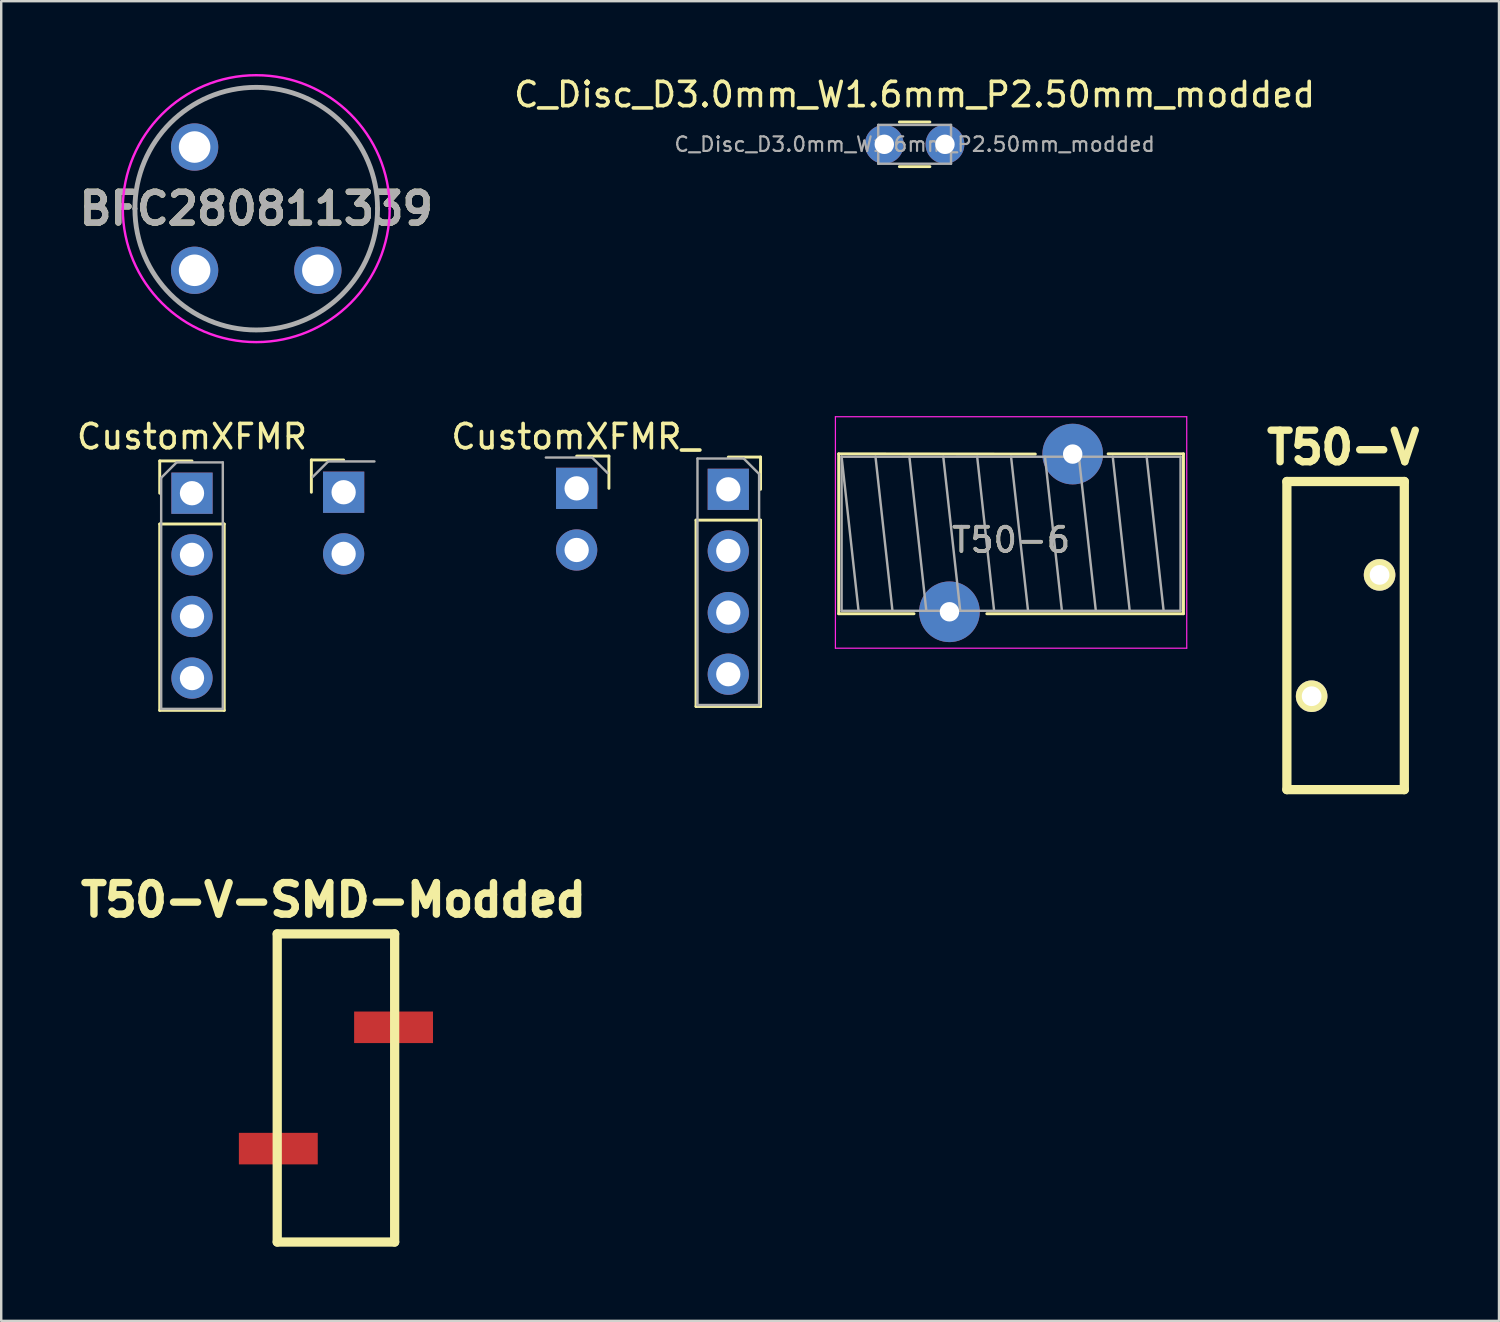
<source format=kicad_pcb>
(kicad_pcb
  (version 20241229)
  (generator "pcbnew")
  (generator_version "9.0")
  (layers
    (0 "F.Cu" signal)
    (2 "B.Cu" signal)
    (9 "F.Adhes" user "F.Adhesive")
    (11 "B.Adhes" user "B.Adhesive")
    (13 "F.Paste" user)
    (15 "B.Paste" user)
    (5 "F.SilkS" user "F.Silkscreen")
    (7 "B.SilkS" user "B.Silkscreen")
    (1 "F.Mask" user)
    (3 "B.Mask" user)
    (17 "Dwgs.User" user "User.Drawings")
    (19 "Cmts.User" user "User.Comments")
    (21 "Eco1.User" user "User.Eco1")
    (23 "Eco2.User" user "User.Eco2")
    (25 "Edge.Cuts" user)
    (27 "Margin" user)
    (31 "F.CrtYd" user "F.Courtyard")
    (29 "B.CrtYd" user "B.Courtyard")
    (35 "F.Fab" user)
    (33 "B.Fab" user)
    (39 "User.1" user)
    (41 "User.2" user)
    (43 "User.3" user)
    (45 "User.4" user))
  (footprint "T50-6"
    (layer "F.Cu")
    (at 38.622 16.665)
    (property "Reference" "T50-6" (at 0 2.54 0) (layer "F.SilkS") (effects (font (size 1 1) (thickness 0.15))))
    (attr through_hole)
    (fp_line (start -7.105 -1.01) (end -7.105 5.58) (stroke (width 0.12) (type solid)) (layer "F.SilkS"))
    (fp_line (start -7.105 -1.01) (end 1 -1) (stroke (width 0.12) (type solid)) (layer "F.SilkS"))
    (fp_line (start -7.105 5.58) (end -4 5.58) (stroke (width 0.12) (type solid)) (layer "F.SilkS"))
    (fp_line (start -1 5.58) (end 7.105 5.58) (stroke (width 0.12) (type solid)) (layer "F.SilkS"))
    (fp_line (start 4 -1.01) (end 7.105 -1.01) (stroke (width 0.12) (type solid)) (layer "F.SilkS"))
    (fp_line (start 7.105 -1.01) (end 7.105 5.58) (stroke (width 0.12) (type solid)) (layer "F.SilkS"))
    (fp_line (start -7.24 -2.54) (end -7.24 7) (stroke (width 0.05) (type solid)) (layer "F.CrtYd"))
    (fp_line (start -7.24 7) (end 7.24 7) (stroke (width 0.05) (type solid)) (layer "F.CrtYd"))
    (fp_line (start 7.24 -2.54) (end -7.24 -2.54) (stroke (width 0.05) (type solid)) (layer "F.CrtYd"))
    (fp_line (start 7.24 7) (end 7.24 -2.54) (stroke (width 0.05) (type solid)) (layer "F.CrtYd"))
    (fp_line (start -6.985 -0.89) (end -6.985 5.46) (stroke (width 0.1) (type solid)) (layer "F.Fab"))
    (fp_line (start -6.985 -0.89) (end -6.287 5.46) (stroke (width 0.1) (type solid)) (layer "F.Fab"))
    (fp_line (start -6.985 5.46) (end 6.985 5.46) (stroke (width 0.1) (type solid)) (layer "F.Fab"))
    (fp_line (start -5.588 -0.89) (end -4.889 5.46) (stroke (width 0.1) (type solid)) (layer "F.Fab"))
    (fp_line (start -4.191 -0.89) (end -3.493 5.46) (stroke (width 0.1) (type solid)) (layer "F.Fab"))
    (fp_line (start -2.794 -0.89) (end -2.095 5.46) (stroke (width 0.1) (type solid)) (layer "F.Fab"))
    (fp_line (start -1.397 -0.89) (end -0.699 5.46) (stroke (width 0.1) (type solid)) (layer "F.Fab"))
    (fp_line (start 0 -0.89) (end 0.699 5.46) (stroke (width 0.1) (type solid)) (layer "F.Fab"))
    (fp_line (start 1.397 -0.89) (end 2.095 5.46) (stroke (width 0.1) (type solid)) (layer "F.Fab"))
    (fp_line (start 2.794 -0.89) (end 3.493 5.46) (stroke (width 0.1) (type solid)) (layer "F.Fab"))
    (fp_line (start 4.191 -0.89) (end 4.889 5.46) (stroke (width 0.1) (type solid)) (layer "F.Fab"))
    (fp_line (start 5.588 -0.89) (end 6.287 5.46) (stroke (width 0.1) (type solid)) (layer "F.Fab"))
    (fp_line (start 6.985 -0.89) (end -6.985 -0.89) (stroke (width 0.1) (type solid)) (layer "F.Fab"))
    (fp_line (start 6.985 5.46) (end 6.985 -0.89) (stroke (width 0.1) (type solid)) (layer "F.Fab"))
    (fp_text user "${REFERENCE}" (at 0 2.54 0) (layer "F.Fab") (effects (font (size 1 1) (thickness 0.15))))
    (pad "1" thru_hole circle (at 2.54 -1) (size 2.5 2.5) (drill 0.8) (layers "*.Cu" "*.Mask"))
    (pad "2" thru_hole circle (at -2.54 5.5) (size 2.5 2.5) (drill 0.8) (layers "*.Cu" "*.Mask")))
  (footprint "CustomXFMR_"
    (layer "F.Cu")
    (at 20.677 17.278)
    (property "Reference" "CustomXFMR_" (at 0 -2.33 0) (layer "F.SilkS") (effects (font (size 1 1) (thickness 0.15))))
    (attr through_hole)
    (fp_line (start 1.37 -1.53) (end 0.04 -1.53) (stroke (width 0.12) (type solid)) (layer "F.SilkS"))
    (fp_line (start 1.37 -0.2) (end 1.37 -1.53) (stroke (width 0.12) (type solid)) (layer "F.SilkS"))
    (fp_line (start 4.96 1.11) (end 4.96 8.79) (stroke (width 0.12) (type solid)) (layer "F.SilkS"))
    (fp_line (start 7.62 -1.49) (end 6.29 -1.49) (stroke (width 0.12) (type solid)) (layer "F.SilkS"))
    (fp_line (start 7.62 -0.16) (end 7.62 -1.49) (stroke (width 0.12) (type solid)) (layer "F.SilkS"))
    (fp_line (start 7.62 1.11) (end 4.96 1.11) (stroke (width 0.12) (type solid)) (layer "F.SilkS"))
    (fp_line (start 7.62 1.11) (end 7.62 8.79) (stroke (width 0.12) (type solid)) (layer "F.SilkS"))
    (fp_line (start 7.62 8.79) (end 4.96 8.79) (stroke (width 0.12) (type solid)) (layer "F.SilkS"))
    (fp_line (start 0.675 -1.47) (end -1.23 -1.47) (stroke (width 0.1) (type solid)) (layer "F.Fab"))
    (fp_line (start 1.31 -0.835) (end 0.675 -1.47) (stroke (width 0.1) (type solid)) (layer "F.Fab"))
    (fp_line (start 5.02 -1.43) (end 5.02 8.73) (stroke (width 0.1) (type solid)) (layer "F.Fab"))
    (fp_line (start 5.02 8.73) (end 7.56 8.73) (stroke (width 0.1) (type solid)) (layer "F.Fab"))
    (fp_line (start 6.925 -1.43) (end 5.02 -1.43) (stroke (width 0.1) (type solid)) (layer "F.Fab"))
    (fp_line (start 7.56 -0.795) (end 6.925 -1.43) (stroke (width 0.1) (type solid)) (layer "F.Fab"))
    (fp_line (start 7.56 8.73) (end 7.56 -0.795) (stroke (width 0.1) (type solid)) (layer "F.Fab"))
    (pad "1" thru_hole rect (at 0.04 -0.2) (size 1.7 1.7) (drill 1) (layers "*.Cu" "*.Mask"))
    (pad "2" thru_hole oval (at 6.29 4.92) (size 1.7 1.7) (drill 1) (layers "*.Cu" "*.Mask"))
    (pad "2" thru_hole oval (at 6.29 7.46) (size 1.7 1.7) (drill 1) (layers "*.Cu" "*.Mask"))
    (pad "4" thru_hole oval (at 0.04 2.34) (size 1.7 1.7) (drill 1) (layers "*.Cu" "*.Mask"))
    (pad "4" thru_hole rect (at 6.29 -0.16) (size 1.7 1.7) (drill 1) (layers "*.Cu" "*.Mask"))
    (pad "4" thru_hole oval (at 6.29 2.38) (size 1.7 1.7) (drill 1) (layers "*.Cu" "*.Mask")))
  (footprint "CustomXFMR"
    (layer "F.Cu")
    (at 4.863 17.278)
    (property "Reference" "CustomXFMR" (at 0 -2.33 0) (layer "F.SilkS") (effects (font (size 1 1) (thickness 0.15))))
    (attr through_hole)
    (fp_line (start -1.33 -1.33) (end 0 -1.33) (stroke (width 0.12) (type solid)) (layer "F.SilkS"))
    (fp_line (start -1.33 0) (end -1.33 -1.33) (stroke (width 0.12) (type solid)) (layer "F.SilkS"))
    (fp_line (start -1.33 1.27) (end -1.33 8.95) (stroke (width 0.12) (type solid)) (layer "F.SilkS"))
    (fp_line (start -1.33 1.27) (end 1.33 1.27) (stroke (width 0.12) (type solid)) (layer "F.SilkS"))
    (fp_line (start -1.33 8.95) (end 1.33 8.95) (stroke (width 0.12) (type solid)) (layer "F.SilkS"))
    (fp_line (start 1.33 1.27) (end 1.33 8.95) (stroke (width 0.12) (type solid)) (layer "F.SilkS"))
    (fp_line (start 4.92 -1.37) (end 6.25 -1.37) (stroke (width 0.12) (type solid)) (layer "F.SilkS"))
    (fp_line (start 4.92 -0.04) (end 4.92 -1.37) (stroke (width 0.12) (type solid)) (layer "F.SilkS"))
    (fp_line (start -1.27 -0.635) (end -0.635 -1.27) (stroke (width 0.1) (type solid)) (layer "F.Fab"))
    (fp_line (start -1.27 8.89) (end -1.27 -0.635) (stroke (width 0.1) (type solid)) (layer "F.Fab"))
    (fp_line (start -0.635 -1.27) (end 1.27 -1.27) (stroke (width 0.1) (type solid)) (layer "F.Fab"))
    (fp_line (start 1.27 -1.27) (end 1.27 8.89) (stroke (width 0.1) (type solid)) (layer "F.Fab"))
    (fp_line (start 1.27 8.89) (end -1.27 8.89) (stroke (width 0.1) (type solid)) (layer "F.Fab"))
    (fp_line (start 4.98 -0.675) (end 5.615 -1.31) (stroke (width 0.1) (type solid)) (layer "F.Fab"))
    (fp_line (start 5.615 -1.31) (end 7.52 -1.31) (stroke (width 0.1) (type solid)) (layer "F.Fab"))
    (pad "1" thru_hole rect (at 0 0) (size 1.7 1.7) (drill 1) (layers "*.Cu" "*.Mask"))
    (pad "1" thru_hole oval (at 0 2.54) (size 1.7 1.7) (drill 1) (layers "*.Cu" "*.Mask"))
    (pad "1" thru_hole oval (at 6.25 2.5) (size 1.7 1.7) (drill 1) (layers "*.Cu" "*.Mask"))
    (pad "2" thru_hole oval (at 0 5.08) (size 1.7 1.7) (drill 1) (layers "*.Cu" "*.Mask"))
    (pad "2" thru_hole oval (at 0 7.62) (size 1.7 1.7) (drill 1) (layers "*.Cu" "*.Mask"))
    (pad "4" thru_hole rect (at 6.25 -0.04) (size 1.7 1.7) (drill 1) (layers "*.Cu" "*.Mask")))
  (footprint "T50-V"
    (layer "F.Cu")
    (at 52.41 29.495)
    (property "Reference" "T50-V" (at -0.1 -14.1 0) (layer "F.SilkS") (effects (font (size 1.3 1.3) (thickness 0.305))))
    (attr through_hole)
    (fp_line (start -2.42 -12.7) (end -2.42 0) (stroke (width 0.381) (type solid)) (layer "F.SilkS"))
    (fp_line (start -2.42 0) (end 2.42 0) (stroke (width 0.381) (type solid)) (layer "F.SilkS"))
    (fp_line (start 2.42 -12.7) (end -2.42 -12.7) (stroke (width 0.381) (type solid)) (layer "F.SilkS"))
    (fp_line (start 2.42 0) (end 2.42 -12.7) (stroke (width 0.381) (type solid)) (layer "F.SilkS"))
    (pad "1" thru_hole circle (at -1.4 -3.85) (size 1.3 1.3) (drill 0.813) (layers "*.Cu" "*.Mask" "F.SilkS"))
    (pad "2" thru_hole circle (at 1.4 -8.85) (size 1.3 1.3) (drill 0.813) (layers "*.Cu" "*.Mask" "F.SilkS")))
  (footprint "T50-V-SMD-Modded"
    (layer "F.Cu")
    (at 10.796 48.141)
    (property "Reference" "T50-V-SMD-Modded" (at -0.1 -14.1 0) (layer "F.SilkS") (effects (font (size 1.3 1.3) (thickness 0.305))))
    (attr through_hole)
    (fp_line (start -2.42 -12.7) (end -2.42 0) (stroke (width 0.381) (type solid)) (layer "F.SilkS"))
    (fp_line (start -2.42 0) (end 2.42 0) (stroke (width 0.381) (type solid)) (layer "F.SilkS"))
    (fp_line (start 2.42 -12.7) (end -2.42 -12.7) (stroke (width 0.381) (type solid)) (layer "F.SilkS"))
    (fp_line (start 2.42 0) (end 2.42 -12.7) (stroke (width 0.381) (type solid)) (layer "F.SilkS"))
    (pad "1" smd rect (at -2.375 -3.85) (size 3.251 1.3) (layers "F.Cu" "F.Mask" "F.Paste"))
    (pad "2" smd rect (at 2.375 -8.85) (size 3.251 1.3) (layers "F.Cu" "F.Mask" "F.Paste")))
  (footprint "C_Disc_D3.0mm_W1.6mm_P2.50mm_modded"
    (layer "F.Cu")
    (at 33.397 2.898)
    (property "Reference" "C_Disc_D3.0mm_W1.6mm_P2.50mm_modded" (at 1.25 -2.05 0) (layer "F.SilkS") (effects (font (size 1 1) (thickness 0.15))))
    (attr through_hole)
    (fp_line (start 0.621 -0.92) (end 1.879 -0.92) (stroke (width 0.12) (type solid)) (layer "F.SilkS"))
    (fp_line (start 0.621 0.92) (end 1.879 0.92) (stroke (width 0.12) (type solid)) (layer "F.SilkS"))
    (fp_line (start -0.25 -0.8) (end -0.25 0.8) (stroke (width 0.1) (type solid)) (layer "F.Fab"))
    (fp_line (start -0.25 0.8) (end 2.75 0.8) (stroke (width 0.1) (type solid)) (layer "F.Fab"))
    (fp_line (start 2.75 -0.8) (end -0.25 -0.8) (stroke (width 0.1) (type solid)) (layer "F.Fab"))
    (fp_line (start 2.75 0.8) (end 2.75 -0.8) (stroke (width 0.1) (type solid)) (layer "F.Fab"))
    (fp_text user "${REFERENCE}" (at 1.25 0 0) (layer "F.Fab") (effects (font (size 0.6 0.6) (thickness 0.09))))
    (pad "1" thru_hole circle (at 0 0) (size 1.6 1.6) (drill 0.8) (layers "*.Cu" "*.Mask"))
    (pad "2" thru_hole circle (at 2.5 0) (size 1.6 1.6) (drill 0.8) (layers "*.Cu" "*.Mask")))
  (footprint "BFC280811339"
    (layer "F.Cu")
    (at 4.971 3.01)
    (property "Reference" "BFC280811339" (at 2.54 2.54 0) (layer "F.SilkS") (effects (font (size 1.27 1.27) (thickness 0.254))))
    (attr through_hole)
    (fp_line (start -2.46 2.54) (end -2.46 2.54) (stroke (width 0.1) (type solid)) (layer "F.SilkS"))
    (fp_line (start 7.54 2.54) (end 7.54 2.54) (stroke (width 0.1) (type solid)) (layer "F.SilkS"))
    (fp_arc (start -2.46 2.54) (mid 2.54 -2.46) (end 7.54 2.54) (stroke (width 0.1) (type solid)) (layer "F.SilkS"))
    (fp_arc (start 7.54 2.54) (mid 2.54 7.54) (end -2.46 2.54) (stroke (width 0.1) (type solid)) (layer "F.SilkS"))
    (fp_line (start -2.96 2.54) (end -2.96 2.54) (stroke (width 0.1) (type solid)) (layer "F.CrtYd"))
    (fp_line (start 8.04 2.54) (end 8.04 2.54) (stroke (width 0.1) (type solid)) (layer "F.CrtYd"))
    (fp_arc (start -2.96 2.54) (mid 2.54 -2.96) (end 8.04 2.54) (stroke (width 0.1) (type solid)) (layer "F.CrtYd"))
    (fp_arc (start 8.04 2.54) (mid 2.54 8.04) (end -2.96 2.54) (stroke (width 0.1) (type solid)) (layer "F.CrtYd"))
    (fp_line (start -2.46 2.54) (end -2.46 2.54) (stroke (width 0.2) (type solid)) (layer "F.Fab"))
    (fp_line (start 7.54 2.54) (end 7.54 2.54) (stroke (width 0.2) (type solid)) (layer "F.Fab"))
    (fp_arc (start -2.46 2.54) (mid 2.54 -2.46) (end 7.54 2.54) (stroke (width 0.2) (type solid)) (layer "F.Fab"))
    (fp_arc (start 7.54 2.54) (mid 2.54 7.54) (end -2.46 2.54) (stroke (width 0.2) (type solid)) (layer "F.Fab"))
    (fp_text user "${REFERENCE}" (at 2.54 2.54 0) (layer "F.Fab") (effects (font (size 1.27 1.27) (thickness 0.254))))
    (pad "1" thru_hole circle (at 0 0) (size 1.95 1.95) (drill 1.3) (layers "*.Cu" "*.Mask"))
    (pad "2" thru_hole circle (at 0 5.08) (size 1.95 1.95) (drill 1.3) (layers "*.Cu" "*.Mask"))
    (pad "3" thru_hole circle (at 5.08 5.08) (size 1.95 1.95) (drill 1.3) (layers "*.Cu" "*.Mask")))
  (gr_rect
    (start -3 -3)
    (end 58.732 51.391)
    (stroke (width 0.1) (type default))
    (fill no)
    (layer "Edge.Cuts")))
</source>
